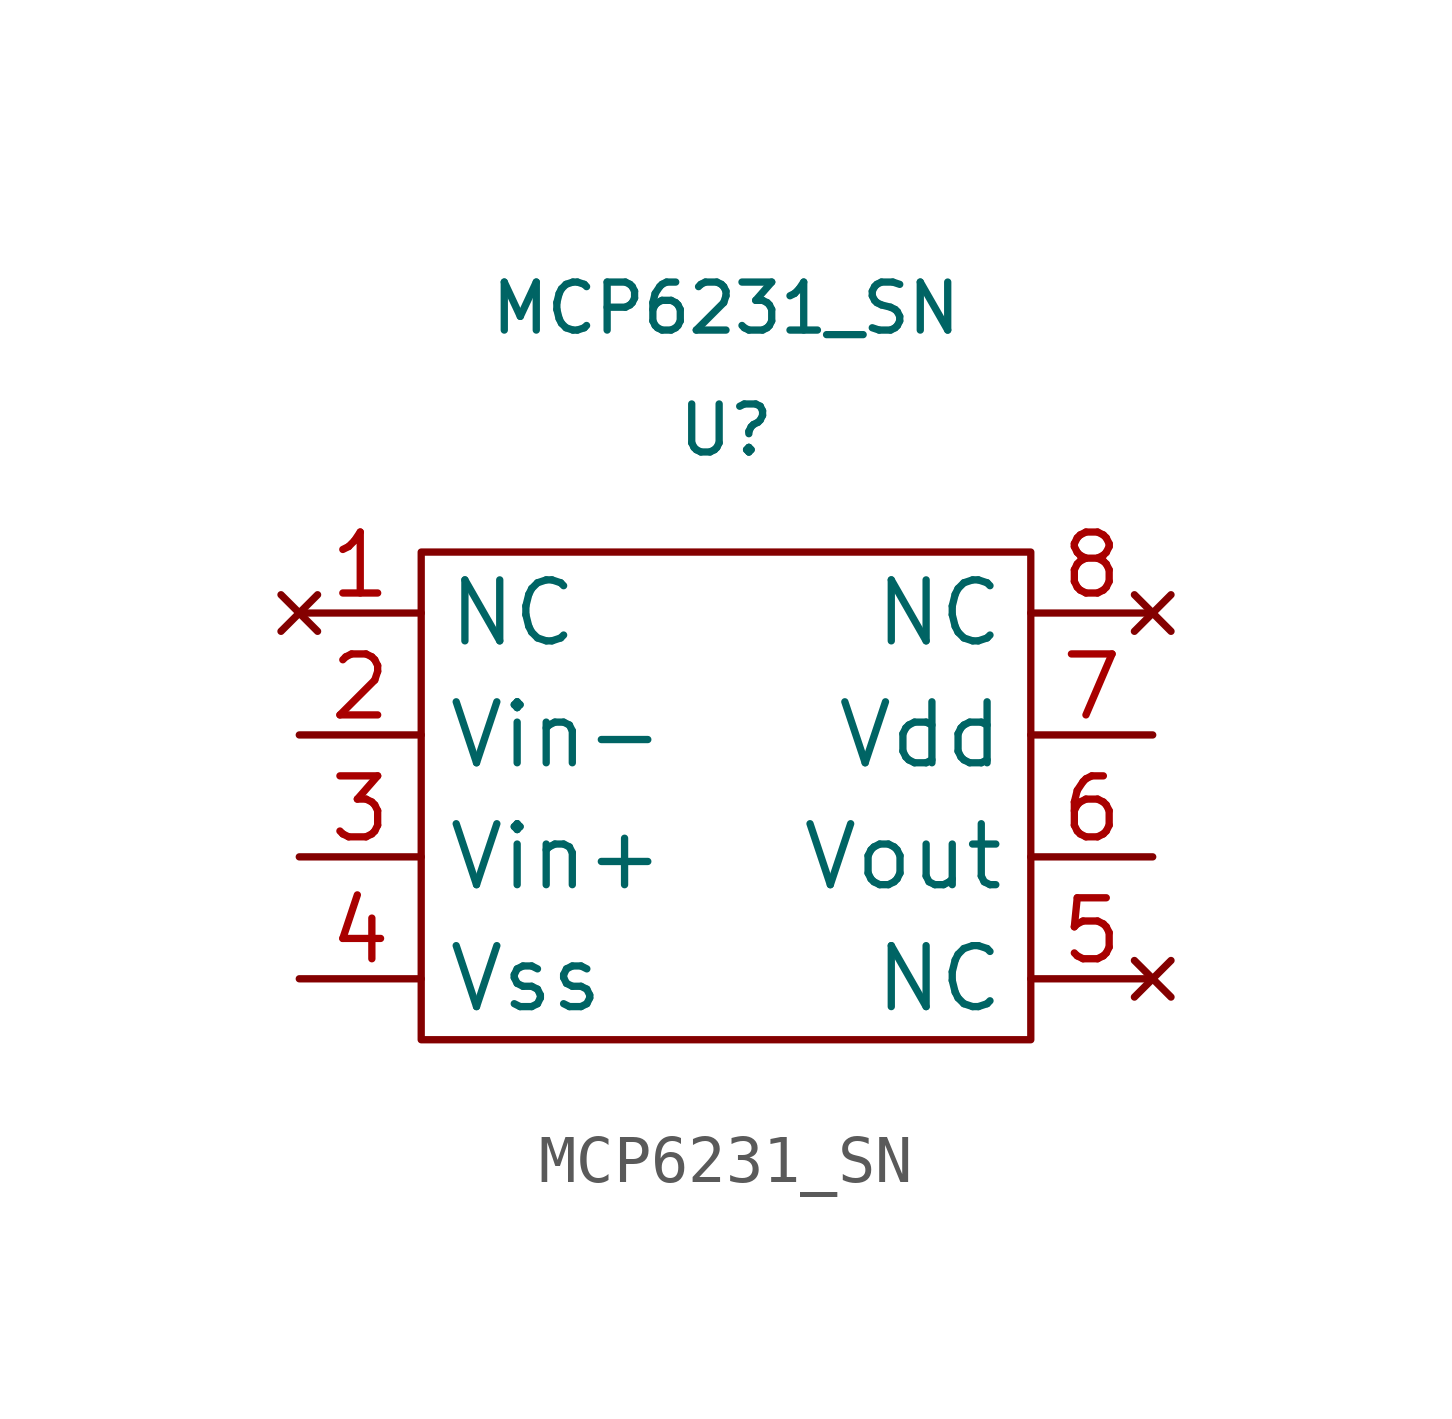
<source format=kicad_sym>
(kicad_symbol_lib
  (version 20211014)
  (generator kicad_symbol_editor)
  (symbol "MCP6231_SN"
    (property "Reference" "U"
      (at 0 7.62 0)
      (effects (font (size 1 1))))
    (property "Value" "MCP6231_SN"
      (at 0 10.16 0)
      (effects (font (size 1 1))))
    (symbol "MCP6231_SN_0_1"
      (rectangle (start -6.35 5.08) (end 6.35 -5.08) (stroke (width 0.152) (type default) (color 0 0 0 0)) (fill (type none))))
    (symbol "MCP6231_SN_1_1"
      (pin no_connect line (at -8.89 3.81 0) (length 2.54) (name "NC" (effects (font (size 1.27 1.27)))) (number "1" (effects (font (size 1.27 1.27)))))
      (pin input line (at -8.89 1.27 0) (length 2.54) (name "Vin-" (effects (font (size 1.27 1.27)))) (number "2" (effects (font (size 1.27 1.27)))))
      (pin input line (at -8.89 -1.27 0) (length 2.54) (name "Vin+" (effects (font (size 1.27 1.27)))) (number "3" (effects (font (size 1.27 1.27)))))
      (pin power_in line (at -8.89 -3.81 0) (length 2.54) (name "Vss" (effects (font (size 1.27 1.27)))) (number "4" (effects (font (size 1.27 1.27)))))
      (pin no_connect line (at 8.89 -3.81 180) (length 2.54) (name "NC" (effects (font (size 1.27 1.27)))) (number "5" (effects (font (size 1.27 1.27)))))
      (pin output line (at 8.89 -1.27 180) (length 2.54) (name "Vout" (effects (font (size 1.27 1.27)))) (number "6" (effects (font (size 1.27 1.27)))))
      (pin power_in line (at 8.89 1.27 180) (length 2.54) (name "Vdd" (effects (font (size 1.27 1.27)))) (number "7" (effects (font (size 1.27 1.27)))))
      (pin no_connect line (at 8.89 3.81 180) (length 2.54) (name "NC" (effects (font (size 1.27 1.27)))) (number "8" (effects (font (size 1.27 1.27))))))))
</source>
